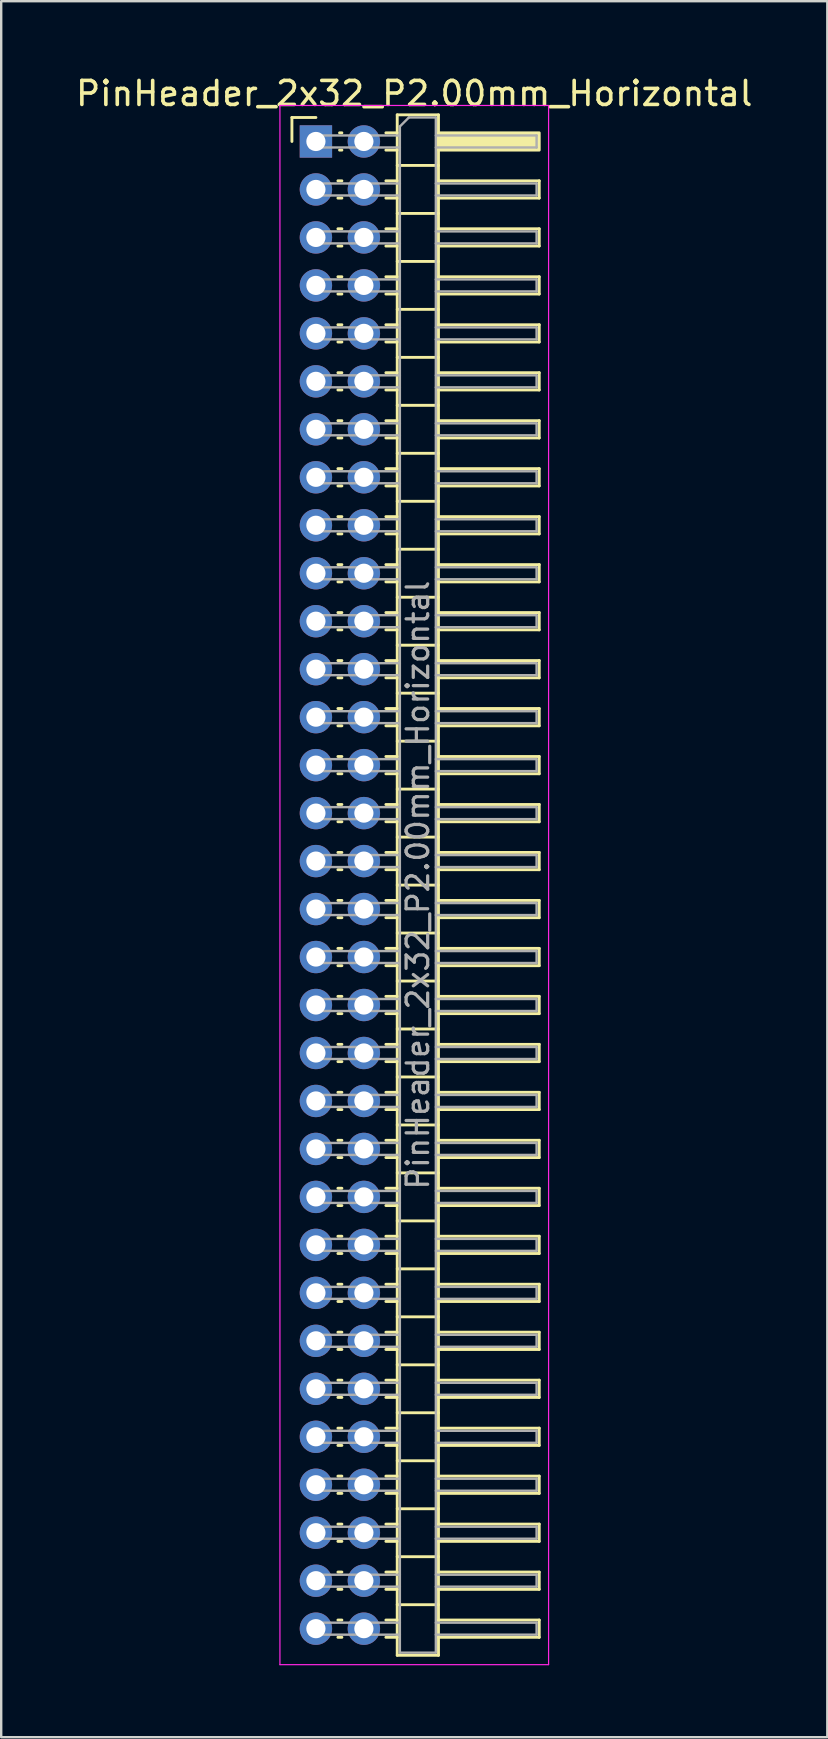
<source format=kicad_pcb>
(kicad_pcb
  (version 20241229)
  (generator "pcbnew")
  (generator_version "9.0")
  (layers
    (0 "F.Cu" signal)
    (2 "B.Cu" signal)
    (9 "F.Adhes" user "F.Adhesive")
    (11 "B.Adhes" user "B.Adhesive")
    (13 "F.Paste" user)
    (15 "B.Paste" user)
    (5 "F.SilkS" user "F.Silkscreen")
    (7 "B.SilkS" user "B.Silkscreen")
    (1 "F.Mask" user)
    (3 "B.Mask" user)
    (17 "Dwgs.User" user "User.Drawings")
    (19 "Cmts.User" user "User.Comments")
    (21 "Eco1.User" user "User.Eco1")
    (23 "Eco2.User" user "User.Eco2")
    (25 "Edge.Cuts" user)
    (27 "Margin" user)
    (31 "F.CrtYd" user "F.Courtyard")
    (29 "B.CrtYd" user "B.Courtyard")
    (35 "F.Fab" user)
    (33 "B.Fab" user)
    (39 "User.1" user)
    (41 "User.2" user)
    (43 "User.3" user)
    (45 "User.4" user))
  (footprint "PinHeader_2x32_P2.00mm_Horizontal"
    (layer "F.Cu")
    (at 10.12 2.848)
    (property "Reference" "PinHeader_2x32_P2.00mm_Horizontal" (at 4.1 -2 0) (layer "F.SilkS") (effects (font (size 1 1) (thickness 0.15))))
    (attr through_hole)
    (fp_line (start -1 -1) (end 0 -1) (stroke (width 0.12) (type solid)) (layer "F.SilkS"))
    (fp_line (start -1 0) (end -1 -1) (stroke (width 0.12) (type solid)) (layer "F.SilkS"))
    (fp_line (start 0.917 1.64) (end 1.083 1.64) (stroke (width 0.12) (type solid)) (layer "F.SilkS"))
    (fp_line (start 0.917 2.36) (end 1.083 2.36) (stroke (width 0.12) (type solid)) (layer "F.SilkS"))
    (fp_line (start 0.917 3.64) (end 1.083 3.64) (stroke (width 0.12) (type solid)) (layer "F.SilkS"))
    (fp_line (start 0.917 4.36) (end 1.083 4.36) (stroke (width 0.12) (type solid)) (layer "F.SilkS"))
    (fp_line (start 0.917 5.64) (end 1.083 5.64) (stroke (width 0.12) (type solid)) (layer "F.SilkS"))
    (fp_line (start 0.917 6.36) (end 1.083 6.36) (stroke (width 0.12) (type solid)) (layer "F.SilkS"))
    (fp_line (start 0.917 7.64) (end 1.083 7.64) (stroke (width 0.12) (type solid)) (layer "F.SilkS"))
    (fp_line (start 0.917 8.36) (end 1.083 8.36) (stroke (width 0.12) (type solid)) (layer "F.SilkS"))
    (fp_line (start 0.917 9.64) (end 1.083 9.64) (stroke (width 0.12) (type solid)) (layer "F.SilkS"))
    (fp_line (start 0.917 10.36) (end 1.083 10.36) (stroke (width 0.12) (type solid)) (layer "F.SilkS"))
    (fp_line (start 0.917 11.64) (end 1.083 11.64) (stroke (width 0.12) (type solid)) (layer "F.SilkS"))
    (fp_line (start 0.917 12.36) (end 1.083 12.36) (stroke (width 0.12) (type solid)) (layer "F.SilkS"))
    (fp_line (start 0.917 13.64) (end 1.083 13.64) (stroke (width 0.12) (type solid)) (layer "F.SilkS"))
    (fp_line (start 0.917 14.36) (end 1.083 14.36) (stroke (width 0.12) (type solid)) (layer "F.SilkS"))
    (fp_line (start 0.917 15.64) (end 1.083 15.64) (stroke (width 0.12) (type solid)) (layer "F.SilkS"))
    (fp_line (start 0.917 16.36) (end 1.083 16.36) (stroke (width 0.12) (type solid)) (layer "F.SilkS"))
    (fp_line (start 0.917 17.64) (end 1.083 17.64) (stroke (width 0.12) (type solid)) (layer "F.SilkS"))
    (fp_line (start 0.917 18.36) (end 1.083 18.36) (stroke (width 0.12) (type solid)) (layer "F.SilkS"))
    (fp_line (start 0.917 19.64) (end 1.083 19.64) (stroke (width 0.12) (type solid)) (layer "F.SilkS"))
    (fp_line (start 0.917 20.36) (end 1.083 20.36) (stroke (width 0.12) (type solid)) (layer "F.SilkS"))
    (fp_line (start 0.917 21.64) (end 1.083 21.64) (stroke (width 0.12) (type solid)) (layer "F.SilkS"))
    (fp_line (start 0.917 22.36) (end 1.083 22.36) (stroke (width 0.12) (type solid)) (layer "F.SilkS"))
    (fp_line (start 0.917 23.64) (end 1.083 23.64) (stroke (width 0.12) (type solid)) (layer "F.SilkS"))
    (fp_line (start 0.917 24.36) (end 1.083 24.36) (stroke (width 0.12) (type solid)) (layer "F.SilkS"))
    (fp_line (start 0.917 25.64) (end 1.083 25.64) (stroke (width 0.12) (type solid)) (layer "F.SilkS"))
    (fp_line (start 0.917 26.36) (end 1.083 26.36) (stroke (width 0.12) (type solid)) (layer "F.SilkS"))
    (fp_line (start 0.917 27.64) (end 1.083 27.64) (stroke (width 0.12) (type solid)) (layer "F.SilkS"))
    (fp_line (start 0.917 28.36) (end 1.083 28.36) (stroke (width 0.12) (type solid)) (layer "F.SilkS"))
    (fp_line (start 0.917 29.64) (end 1.083 29.64) (stroke (width 0.12) (type solid)) (layer "F.SilkS"))
    (fp_line (start 0.917 30.36) (end 1.083 30.36) (stroke (width 0.12) (type solid)) (layer "F.SilkS"))
    (fp_line (start 0.917 31.64) (end 1.083 31.64) (stroke (width 0.12) (type solid)) (layer "F.SilkS"))
    (fp_line (start 0.917 32.36) (end 1.083 32.36) (stroke (width 0.12) (type solid)) (layer "F.SilkS"))
    (fp_line (start 0.917 33.64) (end 1.083 33.64) (stroke (width 0.12) (type solid)) (layer "F.SilkS"))
    (fp_line (start 0.917 34.36) (end 1.083 34.36) (stroke (width 0.12) (type solid)) (layer "F.SilkS"))
    (fp_line (start 0.917 35.64) (end 1.083 35.64) (stroke (width 0.12) (type solid)) (layer "F.SilkS"))
    (fp_line (start 0.917 36.36) (end 1.083 36.36) (stroke (width 0.12) (type solid)) (layer "F.SilkS"))
    (fp_line (start 0.917 37.64) (end 1.083 37.64) (stroke (width 0.12) (type solid)) (layer "F.SilkS"))
    (fp_line (start 0.917 38.36) (end 1.083 38.36) (stroke (width 0.12) (type solid)) (layer "F.SilkS"))
    (fp_line (start 0.917 39.64) (end 1.083 39.64) (stroke (width 0.12) (type solid)) (layer "F.SilkS"))
    (fp_line (start 0.917 40.36) (end 1.083 40.36) (stroke (width 0.12) (type solid)) (layer "F.SilkS"))
    (fp_line (start 0.917 41.64) (end 1.083 41.64) (stroke (width 0.12) (type solid)) (layer "F.SilkS"))
    (fp_line (start 0.917 42.36) (end 1.083 42.36) (stroke (width 0.12) (type solid)) (layer "F.SilkS"))
    (fp_line (start 0.917 43.64) (end 1.083 43.64) (stroke (width 0.12) (type solid)) (layer "F.SilkS"))
    (fp_line (start 0.917 44.36) (end 1.083 44.36) (stroke (width 0.12) (type solid)) (layer "F.SilkS"))
    (fp_line (start 0.917 45.64) (end 1.083 45.64) (stroke (width 0.12) (type solid)) (layer "F.SilkS"))
    (fp_line (start 0.917 46.36) (end 1.083 46.36) (stroke (width 0.12) (type solid)) (layer "F.SilkS"))
    (fp_line (start 0.917 47.64) (end 1.083 47.64) (stroke (width 0.12) (type solid)) (layer "F.SilkS"))
    (fp_line (start 0.917 48.36) (end 1.083 48.36) (stroke (width 0.12) (type solid)) (layer "F.SilkS"))
    (fp_line (start 0.917 49.64) (end 1.083 49.64) (stroke (width 0.12) (type solid)) (layer "F.SilkS"))
    (fp_line (start 0.917 50.36) (end 1.083 50.36) (stroke (width 0.12) (type solid)) (layer "F.SilkS"))
    (fp_line (start 0.917 51.64) (end 1.083 51.64) (stroke (width 0.12) (type solid)) (layer "F.SilkS"))
    (fp_line (start 0.917 52.36) (end 1.083 52.36) (stroke (width 0.12) (type solid)) (layer "F.SilkS"))
    (fp_line (start 0.917 53.64) (end 1.083 53.64) (stroke (width 0.12) (type solid)) (layer "F.SilkS"))
    (fp_line (start 0.917 54.36) (end 1.083 54.36) (stroke (width 0.12) (type solid)) (layer "F.SilkS"))
    (fp_line (start 0.917 55.64) (end 1.083 55.64) (stroke (width 0.12) (type solid)) (layer "F.SilkS"))
    (fp_line (start 0.917 56.36) (end 1.083 56.36) (stroke (width 0.12) (type solid)) (layer "F.SilkS"))
    (fp_line (start 0.917 57.64) (end 1.083 57.64) (stroke (width 0.12) (type solid)) (layer "F.SilkS"))
    (fp_line (start 0.917 58.36) (end 1.083 58.36) (stroke (width 0.12) (type solid)) (layer "F.SilkS"))
    (fp_line (start 0.917 59.64) (end 1.083 59.64) (stroke (width 0.12) (type solid)) (layer "F.SilkS"))
    (fp_line (start 0.917 60.36) (end 1.083 60.36) (stroke (width 0.12) (type solid)) (layer "F.SilkS"))
    (fp_line (start 0.917 61.64) (end 1.083 61.64) (stroke (width 0.12) (type solid)) (layer "F.SilkS"))
    (fp_line (start 0.917 62.36) (end 1.083 62.36) (stroke (width 0.12) (type solid)) (layer "F.SilkS"))
    (fp_line (start 0.985 -0.36) (end 1.083 -0.36) (stroke (width 0.12) (type solid)) (layer "F.SilkS"))
    (fp_line (start 0.985 0.36) (end 1.083 0.36) (stroke (width 0.12) (type solid)) (layer "F.SilkS"))
    (fp_line (start 2.917 -0.36) (end 3.39 -0.36) (stroke (width 0.12) (type solid)) (layer "F.SilkS"))
    (fp_line (start 2.917 0.36) (end 3.39 0.36) (stroke (width 0.12) (type solid)) (layer "F.SilkS"))
    (fp_line (start 2.917 1.64) (end 3.39 1.64) (stroke (width 0.12) (type solid)) (layer "F.SilkS"))
    (fp_line (start 2.917 2.36) (end 3.39 2.36) (stroke (width 0.12) (type solid)) (layer "F.SilkS"))
    (fp_line (start 2.917 3.64) (end 3.39 3.64) (stroke (width 0.12) (type solid)) (layer "F.SilkS"))
    (fp_line (start 2.917 4.36) (end 3.39 4.36) (stroke (width 0.12) (type solid)) (layer "F.SilkS"))
    (fp_line (start 2.917 5.64) (end 3.39 5.64) (stroke (width 0.12) (type solid)) (layer "F.SilkS"))
    (fp_line (start 2.917 6.36) (end 3.39 6.36) (stroke (width 0.12) (type solid)) (layer "F.SilkS"))
    (fp_line (start 2.917 7.64) (end 3.39 7.64) (stroke (width 0.12) (type solid)) (layer "F.SilkS"))
    (fp_line (start 2.917 8.36) (end 3.39 8.36) (stroke (width 0.12) (type solid)) (layer "F.SilkS"))
    (fp_line (start 2.917 9.64) (end 3.39 9.64) (stroke (width 0.12) (type solid)) (layer "F.SilkS"))
    (fp_line (start 2.917 10.36) (end 3.39 10.36) (stroke (width 0.12) (type solid)) (layer "F.SilkS"))
    (fp_line (start 2.917 11.64) (end 3.39 11.64) (stroke (width 0.12) (type solid)) (layer "F.SilkS"))
    (fp_line (start 2.917 12.36) (end 3.39 12.36) (stroke (width 0.12) (type solid)) (layer "F.SilkS"))
    (fp_line (start 2.917 13.64) (end 3.39 13.64) (stroke (width 0.12) (type solid)) (layer "F.SilkS"))
    (fp_line (start 2.917 14.36) (end 3.39 14.36) (stroke (width 0.12) (type solid)) (layer "F.SilkS"))
    (fp_line (start 2.917 15.64) (end 3.39 15.64) (stroke (width 0.12) (type solid)) (layer "F.SilkS"))
    (fp_line (start 2.917 16.36) (end 3.39 16.36) (stroke (width 0.12) (type solid)) (layer "F.SilkS"))
    (fp_line (start 2.917 17.64) (end 3.39 17.64) (stroke (width 0.12) (type solid)) (layer "F.SilkS"))
    (fp_line (start 2.917 18.36) (end 3.39 18.36) (stroke (width 0.12) (type solid)) (layer "F.SilkS"))
    (fp_line (start 2.917 19.64) (end 3.39 19.64) (stroke (width 0.12) (type solid)) (layer "F.SilkS"))
    (fp_line (start 2.917 20.36) (end 3.39 20.36) (stroke (width 0.12) (type solid)) (layer "F.SilkS"))
    (fp_line (start 2.917 21.64) (end 3.39 21.64) (stroke (width 0.12) (type solid)) (layer "F.SilkS"))
    (fp_line (start 2.917 22.36) (end 3.39 22.36) (stroke (width 0.12) (type solid)) (layer "F.SilkS"))
    (fp_line (start 2.917 23.64) (end 3.39 23.64) (stroke (width 0.12) (type solid)) (layer "F.SilkS"))
    (fp_line (start 2.917 24.36) (end 3.39 24.36) (stroke (width 0.12) (type solid)) (layer "F.SilkS"))
    (fp_line (start 2.917 25.64) (end 3.39 25.64) (stroke (width 0.12) (type solid)) (layer "F.SilkS"))
    (fp_line (start 2.917 26.36) (end 3.39 26.36) (stroke (width 0.12) (type solid)) (layer "F.SilkS"))
    (fp_line (start 2.917 27.64) (end 3.39 27.64) (stroke (width 0.12) (type solid)) (layer "F.SilkS"))
    (fp_line (start 2.917 28.36) (end 3.39 28.36) (stroke (width 0.12) (type solid)) (layer "F.SilkS"))
    (fp_line (start 2.917 29.64) (end 3.39 29.64) (stroke (width 0.12) (type solid)) (layer "F.SilkS"))
    (fp_line (start 2.917 30.36) (end 3.39 30.36) (stroke (width 0.12) (type solid)) (layer "F.SilkS"))
    (fp_line (start 2.917 31.64) (end 3.39 31.64) (stroke (width 0.12) (type solid)) (layer "F.SilkS"))
    (fp_line (start 2.917 32.36) (end 3.39 32.36) (stroke (width 0.12) (type solid)) (layer "F.SilkS"))
    (fp_line (start 2.917 33.64) (end 3.39 33.64) (stroke (width 0.12) (type solid)) (layer "F.SilkS"))
    (fp_line (start 2.917 34.36) (end 3.39 34.36) (stroke (width 0.12) (type solid)) (layer "F.SilkS"))
    (fp_line (start 2.917 35.64) (end 3.39 35.64) (stroke (width 0.12) (type solid)) (layer "F.SilkS"))
    (fp_line (start 2.917 36.36) (end 3.39 36.36) (stroke (width 0.12) (type solid)) (layer "F.SilkS"))
    (fp_line (start 2.917 37.64) (end 3.39 37.64) (stroke (width 0.12) (type solid)) (layer "F.SilkS"))
    (fp_line (start 2.917 38.36) (end 3.39 38.36) (stroke (width 0.12) (type solid)) (layer "F.SilkS"))
    (fp_line (start 2.917 39.64) (end 3.39 39.64) (stroke (width 0.12) (type solid)) (layer "F.SilkS"))
    (fp_line (start 2.917 40.36) (end 3.39 40.36) (stroke (width 0.12) (type solid)) (layer "F.SilkS"))
    (fp_line (start 2.917 41.64) (end 3.39 41.64) (stroke (width 0.12) (type solid)) (layer "F.SilkS"))
    (fp_line (start 2.917 42.36) (end 3.39 42.36) (stroke (width 0.12) (type solid)) (layer "F.SilkS"))
    (fp_line (start 2.917 43.64) (end 3.39 43.64) (stroke (width 0.12) (type solid)) (layer "F.SilkS"))
    (fp_line (start 2.917 44.36) (end 3.39 44.36) (stroke (width 0.12) (type solid)) (layer "F.SilkS"))
    (fp_line (start 2.917 45.64) (end 3.39 45.64) (stroke (width 0.12) (type solid)) (layer "F.SilkS"))
    (fp_line (start 2.917 46.36) (end 3.39 46.36) (stroke (width 0.12) (type solid)) (layer "F.SilkS"))
    (fp_line (start 2.917 47.64) (end 3.39 47.64) (stroke (width 0.12) (type solid)) (layer "F.SilkS"))
    (fp_line (start 2.917 48.36) (end 3.39 48.36) (stroke (width 0.12) (type solid)) (layer "F.SilkS"))
    (fp_line (start 2.917 49.64) (end 3.39 49.64) (stroke (width 0.12) (type solid)) (layer "F.SilkS"))
    (fp_line (start 2.917 50.36) (end 3.39 50.36) (stroke (width 0.12) (type solid)) (layer "F.SilkS"))
    (fp_line (start 2.917 51.64) (end 3.39 51.64) (stroke (width 0.12) (type solid)) (layer "F.SilkS"))
    (fp_line (start 2.917 52.36) (end 3.39 52.36) (stroke (width 0.12) (type solid)) (layer "F.SilkS"))
    (fp_line (start 2.917 53.64) (end 3.39 53.64) (stroke (width 0.12) (type solid)) (layer "F.SilkS"))
    (fp_line (start 2.917 54.36) (end 3.39 54.36) (stroke (width 0.12) (type solid)) (layer "F.SilkS"))
    (fp_line (start 2.917 55.64) (end 3.39 55.64) (stroke (width 0.12) (type solid)) (layer "F.SilkS"))
    (fp_line (start 2.917 56.36) (end 3.39 56.36) (stroke (width 0.12) (type solid)) (layer "F.SilkS"))
    (fp_line (start 2.917 57.64) (end 3.39 57.64) (stroke (width 0.12) (type solid)) (layer "F.SilkS"))
    (fp_line (start 2.917 58.36) (end 3.39 58.36) (stroke (width 0.12) (type solid)) (layer "F.SilkS"))
    (fp_line (start 2.917 59.64) (end 3.39 59.64) (stroke (width 0.12) (type solid)) (layer "F.SilkS"))
    (fp_line (start 2.917 60.36) (end 3.39 60.36) (stroke (width 0.12) (type solid)) (layer "F.SilkS"))
    (fp_line (start 2.917 61.64) (end 3.39 61.64) (stroke (width 0.12) (type solid)) (layer "F.SilkS"))
    (fp_line (start 2.917 62.36) (end 3.39 62.36) (stroke (width 0.12) (type solid)) (layer "F.SilkS"))
    (fp_line (start 3.39 -1.11) (end 3.39 63.11) (stroke (width 0.12) (type solid)) (layer "F.SilkS"))
    (fp_line (start 3.39 1) (end 5.11 1) (stroke (width 0.12) (type solid)) (layer "F.SilkS"))
    (fp_line (start 3.39 3) (end 5.11 3) (stroke (width 0.12) (type solid)) (layer "F.SilkS"))
    (fp_line (start 3.39 5) (end 5.11 5) (stroke (width 0.12) (type solid)) (layer "F.SilkS"))
    (fp_line (start 3.39 7) (end 5.11 7) (stroke (width 0.12) (type solid)) (layer "F.SilkS"))
    (fp_line (start 3.39 9) (end 5.11 9) (stroke (width 0.12) (type solid)) (layer "F.SilkS"))
    (fp_line (start 3.39 11) (end 5.11 11) (stroke (width 0.12) (type solid)) (layer "F.SilkS"))
    (fp_line (start 3.39 13) (end 5.11 13) (stroke (width 0.12) (type solid)) (layer "F.SilkS"))
    (fp_line (start 3.39 15) (end 5.11 15) (stroke (width 0.12) (type solid)) (layer "F.SilkS"))
    (fp_line (start 3.39 17) (end 5.11 17) (stroke (width 0.12) (type solid)) (layer "F.SilkS"))
    (fp_line (start 3.39 19) (end 5.11 19) (stroke (width 0.12) (type solid)) (layer "F.SilkS"))
    (fp_line (start 3.39 21) (end 5.11 21) (stroke (width 0.12) (type solid)) (layer "F.SilkS"))
    (fp_line (start 3.39 23) (end 5.11 23) (stroke (width 0.12) (type solid)) (layer "F.SilkS"))
    (fp_line (start 3.39 25) (end 5.11 25) (stroke (width 0.12) (type solid)) (layer "F.SilkS"))
    (fp_line (start 3.39 27) (end 5.11 27) (stroke (width 0.12) (type solid)) (layer "F.SilkS"))
    (fp_line (start 3.39 29) (end 5.11 29) (stroke (width 0.12) (type solid)) (layer "F.SilkS"))
    (fp_line (start 3.39 31) (end 5.11 31) (stroke (width 0.12) (type solid)) (layer "F.SilkS"))
    (fp_line (start 3.39 33) (end 5.11 33) (stroke (width 0.12) (type solid)) (layer "F.SilkS"))
    (fp_line (start 3.39 35) (end 5.11 35) (stroke (width 0.12) (type solid)) (layer "F.SilkS"))
    (fp_line (start 3.39 37) (end 5.11 37) (stroke (width 0.12) (type solid)) (layer "F.SilkS"))
    (fp_line (start 3.39 39) (end 5.11 39) (stroke (width 0.12) (type solid)) (layer "F.SilkS"))
    (fp_line (start 3.39 41) (end 5.11 41) (stroke (width 0.12) (type solid)) (layer "F.SilkS"))
    (fp_line (start 3.39 43) (end 5.11 43) (stroke (width 0.12) (type solid)) (layer "F.SilkS"))
    (fp_line (start 3.39 45) (end 5.11 45) (stroke (width 0.12) (type solid)) (layer "F.SilkS"))
    (fp_line (start 3.39 47) (end 5.11 47) (stroke (width 0.12) (type solid)) (layer "F.SilkS"))
    (fp_line (start 3.39 49) (end 5.11 49) (stroke (width 0.12) (type solid)) (layer "F.SilkS"))
    (fp_line (start 3.39 51) (end 5.11 51) (stroke (width 0.12) (type solid)) (layer "F.SilkS"))
    (fp_line (start 3.39 53) (end 5.11 53) (stroke (width 0.12) (type solid)) (layer "F.SilkS"))
    (fp_line (start 3.39 55) (end 5.11 55) (stroke (width 0.12) (type solid)) (layer "F.SilkS"))
    (fp_line (start 3.39 57) (end 5.11 57) (stroke (width 0.12) (type solid)) (layer "F.SilkS"))
    (fp_line (start 3.39 59) (end 5.11 59) (stroke (width 0.12) (type solid)) (layer "F.SilkS"))
    (fp_line (start 3.39 61) (end 5.11 61) (stroke (width 0.12) (type solid)) (layer "F.SilkS"))
    (fp_line (start 3.39 63.11) (end 5.11 63.11) (stroke (width 0.12) (type solid)) (layer "F.SilkS"))
    (fp_line (start 5.11 -1.11) (end 3.39 -1.11) (stroke (width 0.12) (type solid)) (layer "F.SilkS"))
    (fp_line (start 5.11 1.64) (end 9.31 1.64) (stroke (width 0.12) (type solid)) (layer "F.SilkS"))
    (fp_line (start 5.11 3.64) (end 9.31 3.64) (stroke (width 0.12) (type solid)) (layer "F.SilkS"))
    (fp_line (start 5.11 5.64) (end 9.31 5.64) (stroke (width 0.12) (type solid)) (layer "F.SilkS"))
    (fp_line (start 5.11 7.64) (end 9.31 7.64) (stroke (width 0.12) (type solid)) (layer "F.SilkS"))
    (fp_line (start 5.11 9.64) (end 9.31 9.64) (stroke (width 0.12) (type solid)) (layer "F.SilkS"))
    (fp_line (start 5.11 11.64) (end 9.31 11.64) (stroke (width 0.12) (type solid)) (layer "F.SilkS"))
    (fp_line (start 5.11 13.64) (end 9.31 13.64) (stroke (width 0.12) (type solid)) (layer "F.SilkS"))
    (fp_line (start 5.11 15.64) (end 9.31 15.64) (stroke (width 0.12) (type solid)) (layer "F.SilkS"))
    (fp_line (start 5.11 17.64) (end 9.31 17.64) (stroke (width 0.12) (type solid)) (layer "F.SilkS"))
    (fp_line (start 5.11 19.64) (end 9.31 19.64) (stroke (width 0.12) (type solid)) (layer "F.SilkS"))
    (fp_line (start 5.11 21.64) (end 9.31 21.64) (stroke (width 0.12) (type solid)) (layer "F.SilkS"))
    (fp_line (start 5.11 23.64) (end 9.31 23.64) (stroke (width 0.12) (type solid)) (layer "F.SilkS"))
    (fp_line (start 5.11 25.64) (end 9.31 25.64) (stroke (width 0.12) (type solid)) (layer "F.SilkS"))
    (fp_line (start 5.11 27.64) (end 9.31 27.64) (stroke (width 0.12) (type solid)) (layer "F.SilkS"))
    (fp_line (start 5.11 29.64) (end 9.31 29.64) (stroke (width 0.12) (type solid)) (layer "F.SilkS"))
    (fp_line (start 5.11 31.64) (end 9.31 31.64) (stroke (width 0.12) (type solid)) (layer "F.SilkS"))
    (fp_line (start 5.11 33.64) (end 9.31 33.64) (stroke (width 0.12) (type solid)) (layer "F.SilkS"))
    (fp_line (start 5.11 35.64) (end 9.31 35.64) (stroke (width 0.12) (type solid)) (layer "F.SilkS"))
    (fp_line (start 5.11 37.64) (end 9.31 37.64) (stroke (width 0.12) (type solid)) (layer "F.SilkS"))
    (fp_line (start 5.11 39.64) (end 9.31 39.64) (stroke (width 0.12) (type solid)) (layer "F.SilkS"))
    (fp_line (start 5.11 41.64) (end 9.31 41.64) (stroke (width 0.12) (type solid)) (layer "F.SilkS"))
    (fp_line (start 5.11 43.64) (end 9.31 43.64) (stroke (width 0.12) (type solid)) (layer "F.SilkS"))
    (fp_line (start 5.11 45.64) (end 9.31 45.64) (stroke (width 0.12) (type solid)) (layer "F.SilkS"))
    (fp_line (start 5.11 47.64) (end 9.31 47.64) (stroke (width 0.12) (type solid)) (layer "F.SilkS"))
    (fp_line (start 5.11 49.64) (end 9.31 49.64) (stroke (width 0.12) (type solid)) (layer "F.SilkS"))
    (fp_line (start 5.11 51.64) (end 9.31 51.64) (stroke (width 0.12) (type solid)) (layer "F.SilkS"))
    (fp_line (start 5.11 53.64) (end 9.31 53.64) (stroke (width 0.12) (type solid)) (layer "F.SilkS"))
    (fp_line (start 5.11 55.64) (end 9.31 55.64) (stroke (width 0.12) (type solid)) (layer "F.SilkS"))
    (fp_line (start 5.11 57.64) (end 9.31 57.64) (stroke (width 0.12) (type solid)) (layer "F.SilkS"))
    (fp_line (start 5.11 59.64) (end 9.31 59.64) (stroke (width 0.12) (type solid)) (layer "F.SilkS"))
    (fp_line (start 5.11 61.64) (end 9.31 61.64) (stroke (width 0.12) (type solid)) (layer "F.SilkS"))
    (fp_line (start 5.11 63.11) (end 5.11 -1.11) (stroke (width 0.12) (type solid)) (layer "F.SilkS"))
    (fp_line (start 9.31 1.64) (end 9.31 2.36) (stroke (width 0.12) (type solid)) (layer "F.SilkS"))
    (fp_line (start 9.31 2.36) (end 5.11 2.36) (stroke (width 0.12) (type solid)) (layer "F.SilkS"))
    (fp_line (start 9.31 3.64) (end 9.31 4.36) (stroke (width 0.12) (type solid)) (layer "F.SilkS"))
    (fp_line (start 9.31 4.36) (end 5.11 4.36) (stroke (width 0.12) (type solid)) (layer "F.SilkS"))
    (fp_line (start 9.31 5.64) (end 9.31 6.36) (stroke (width 0.12) (type solid)) (layer "F.SilkS"))
    (fp_line (start 9.31 6.36) (end 5.11 6.36) (stroke (width 0.12) (type solid)) (layer "F.SilkS"))
    (fp_line (start 9.31 7.64) (end 9.31 8.36) (stroke (width 0.12) (type solid)) (layer "F.SilkS"))
    (fp_line (start 9.31 8.36) (end 5.11 8.36) (stroke (width 0.12) (type solid)) (layer "F.SilkS"))
    (fp_line (start 9.31 9.64) (end 9.31 10.36) (stroke (width 0.12) (type solid)) (layer "F.SilkS"))
    (fp_line (start 9.31 10.36) (end 5.11 10.36) (stroke (width 0.12) (type solid)) (layer "F.SilkS"))
    (fp_line (start 9.31 11.64) (end 9.31 12.36) (stroke (width 0.12) (type solid)) (layer "F.SilkS"))
    (fp_line (start 9.31 12.36) (end 5.11 12.36) (stroke (width 0.12) (type solid)) (layer "F.SilkS"))
    (fp_line (start 9.31 13.64) (end 9.31 14.36) (stroke (width 0.12) (type solid)) (layer "F.SilkS"))
    (fp_line (start 9.31 14.36) (end 5.11 14.36) (stroke (width 0.12) (type solid)) (layer "F.SilkS"))
    (fp_line (start 9.31 15.64) (end 9.31 16.36) (stroke (width 0.12) (type solid)) (layer "F.SilkS"))
    (fp_line (start 9.31 16.36) (end 5.11 16.36) (stroke (width 0.12) (type solid)) (layer "F.SilkS"))
    (fp_line (start 9.31 17.64) (end 9.31 18.36) (stroke (width 0.12) (type solid)) (layer "F.SilkS"))
    (fp_line (start 9.31 18.36) (end 5.11 18.36) (stroke (width 0.12) (type solid)) (layer "F.SilkS"))
    (fp_line (start 9.31 19.64) (end 9.31 20.36) (stroke (width 0.12) (type solid)) (layer "F.SilkS"))
    (fp_line (start 9.31 20.36) (end 5.11 20.36) (stroke (width 0.12) (type solid)) (layer "F.SilkS"))
    (fp_line (start 9.31 21.64) (end 9.31 22.36) (stroke (width 0.12) (type solid)) (layer "F.SilkS"))
    (fp_line (start 9.31 22.36) (end 5.11 22.36) (stroke (width 0.12) (type solid)) (layer "F.SilkS"))
    (fp_line (start 9.31 23.64) (end 9.31 24.36) (stroke (width 0.12) (type solid)) (layer "F.SilkS"))
    (fp_line (start 9.31 24.36) (end 5.11 24.36) (stroke (width 0.12) (type solid)) (layer "F.SilkS"))
    (fp_line (start 9.31 25.64) (end 9.31 26.36) (stroke (width 0.12) (type solid)) (layer "F.SilkS"))
    (fp_line (start 9.31 26.36) (end 5.11 26.36) (stroke (width 0.12) (type solid)) (layer "F.SilkS"))
    (fp_line (start 9.31 27.64) (end 9.31 28.36) (stroke (width 0.12) (type solid)) (layer "F.SilkS"))
    (fp_line (start 9.31 28.36) (end 5.11 28.36) (stroke (width 0.12) (type solid)) (layer "F.SilkS"))
    (fp_line (start 9.31 29.64) (end 9.31 30.36) (stroke (width 0.12) (type solid)) (layer "F.SilkS"))
    (fp_line (start 9.31 30.36) (end 5.11 30.36) (stroke (width 0.12) (type solid)) (layer "F.SilkS"))
    (fp_line (start 9.31 31.64) (end 9.31 32.36) (stroke (width 0.12) (type solid)) (layer "F.SilkS"))
    (fp_line (start 9.31 32.36) (end 5.11 32.36) (stroke (width 0.12) (type solid)) (layer "F.SilkS"))
    (fp_line (start 9.31 33.64) (end 9.31 34.36) (stroke (width 0.12) (type solid)) (layer "F.SilkS"))
    (fp_line (start 9.31 34.36) (end 5.11 34.36) (stroke (width 0.12) (type solid)) (layer "F.SilkS"))
    (fp_line (start 9.31 35.64) (end 9.31 36.36) (stroke (width 0.12) (type solid)) (layer "F.SilkS"))
    (fp_line (start 9.31 36.36) (end 5.11 36.36) (stroke (width 0.12) (type solid)) (layer "F.SilkS"))
    (fp_line (start 9.31 37.64) (end 9.31 38.36) (stroke (width 0.12) (type solid)) (layer "F.SilkS"))
    (fp_line (start 9.31 38.36) (end 5.11 38.36) (stroke (width 0.12) (type solid)) (layer "F.SilkS"))
    (fp_line (start 9.31 39.64) (end 9.31 40.36) (stroke (width 0.12) (type solid)) (layer "F.SilkS"))
    (fp_line (start 9.31 40.36) (end 5.11 40.36) (stroke (width 0.12) (type solid)) (layer "F.SilkS"))
    (fp_line (start 9.31 41.64) (end 9.31 42.36) (stroke (width 0.12) (type solid)) (layer "F.SilkS"))
    (fp_line (start 9.31 42.36) (end 5.11 42.36) (stroke (width 0.12) (type solid)) (layer "F.SilkS"))
    (fp_line (start 9.31 43.64) (end 9.31 44.36) (stroke (width 0.12) (type solid)) (layer "F.SilkS"))
    (fp_line (start 9.31 44.36) (end 5.11 44.36) (stroke (width 0.12) (type solid)) (layer "F.SilkS"))
    (fp_line (start 9.31 45.64) (end 9.31 46.36) (stroke (width 0.12) (type solid)) (layer "F.SilkS"))
    (fp_line (start 9.31 46.36) (end 5.11 46.36) (stroke (width 0.12) (type solid)) (layer "F.SilkS"))
    (fp_line (start 9.31 47.64) (end 9.31 48.36) (stroke (width 0.12) (type solid)) (layer "F.SilkS"))
    (fp_line (start 9.31 48.36) (end 5.11 48.36) (stroke (width 0.12) (type solid)) (layer "F.SilkS"))
    (fp_line (start 9.31 49.64) (end 9.31 50.36) (stroke (width 0.12) (type solid)) (layer "F.SilkS"))
    (fp_line (start 9.31 50.36) (end 5.11 50.36) (stroke (width 0.12) (type solid)) (layer "F.SilkS"))
    (fp_line (start 9.31 51.64) (end 9.31 52.36) (stroke (width 0.12) (type solid)) (layer "F.SilkS"))
    (fp_line (start 9.31 52.36) (end 5.11 52.36) (stroke (width 0.12) (type solid)) (layer "F.SilkS"))
    (fp_line (start 9.31 53.64) (end 9.31 54.36) (stroke (width 0.12) (type solid)) (layer "F.SilkS"))
    (fp_line (start 9.31 54.36) (end 5.11 54.36) (stroke (width 0.12) (type solid)) (layer "F.SilkS"))
    (fp_line (start 9.31 55.64) (end 9.31 56.36) (stroke (width 0.12) (type solid)) (layer "F.SilkS"))
    (fp_line (start 9.31 56.36) (end 5.11 56.36) (stroke (width 0.12) (type solid)) (layer "F.SilkS"))
    (fp_line (start 9.31 57.64) (end 9.31 58.36) (stroke (width 0.12) (type solid)) (layer "F.SilkS"))
    (fp_line (start 9.31 58.36) (end 5.11 58.36) (stroke (width 0.12) (type solid)) (layer "F.SilkS"))
    (fp_line (start 9.31 59.64) (end 9.31 60.36) (stroke (width 0.12) (type solid)) (layer "F.SilkS"))
    (fp_line (start 9.31 60.36) (end 5.11 60.36) (stroke (width 0.12) (type solid)) (layer "F.SilkS"))
    (fp_line (start 9.31 61.64) (end 9.31 62.36) (stroke (width 0.12) (type solid)) (layer "F.SilkS"))
    (fp_line (start 9.31 62.36) (end 5.11 62.36) (stroke (width 0.12) (type solid)) (layer "F.SilkS"))
    (fp_rect (start 5.11 -0.36) (end 9.31 0.36) (stroke (width 0.12) (type solid)) (fill yes) (layer "F.SilkS"))
    (fp_line (start -1.5 -1.5) (end -1.5 63.5) (stroke (width 0.05) (type solid)) (layer "F.CrtYd"))
    (fp_line (start -1.5 63.5) (end 9.7 63.5) (stroke (width 0.05) (type solid)) (layer "F.CrtYd"))
    (fp_line (start 9.7 -1.5) (end -1.5 -1.5) (stroke (width 0.05) (type solid)) (layer "F.CrtYd"))
    (fp_line (start 9.7 63.5) (end 9.7 -1.5) (stroke (width 0.05) (type solid)) (layer "F.CrtYd"))
    (fp_line (start -0.25 -0.25) (end -0.25 0.25) (stroke (width 0.1) (type solid)) (layer "F.Fab"))
    (fp_line (start -0.25 -0.25) (end 3.5 -0.25) (stroke (width 0.1) (type solid)) (layer "F.Fab"))
    (fp_line (start -0.25 0.25) (end 3.5 0.25) (stroke (width 0.1) (type solid)) (layer "F.Fab"))
    (fp_line (start -0.25 1.75) (end -0.25 2.25) (stroke (width 0.1) (type solid)) (layer "F.Fab"))
    (fp_line (start -0.25 1.75) (end 3.5 1.75) (stroke (width 0.1) (type solid)) (layer "F.Fab"))
    (fp_line (start -0.25 2.25) (end 3.5 2.25) (stroke (width 0.1) (type solid)) (layer "F.Fab"))
    (fp_line (start -0.25 3.75) (end -0.25 4.25) (stroke (width 0.1) (type solid)) (layer "F.Fab"))
    (fp_line (start -0.25 3.75) (end 3.5 3.75) (stroke (width 0.1) (type solid)) (layer "F.Fab"))
    (fp_line (start -0.25 4.25) (end 3.5 4.25) (stroke (width 0.1) (type solid)) (layer "F.Fab"))
    (fp_line (start -0.25 5.75) (end -0.25 6.25) (stroke (width 0.1) (type solid)) (layer "F.Fab"))
    (fp_line (start -0.25 5.75) (end 3.5 5.75) (stroke (width 0.1) (type solid)) (layer "F.Fab"))
    (fp_line (start -0.25 6.25) (end 3.5 6.25) (stroke (width 0.1) (type solid)) (layer "F.Fab"))
    (fp_line (start -0.25 7.75) (end -0.25 8.25) (stroke (width 0.1) (type solid)) (layer "F.Fab"))
    (fp_line (start -0.25 7.75) (end 3.5 7.75) (stroke (width 0.1) (type solid)) (layer "F.Fab"))
    (fp_line (start -0.25 8.25) (end 3.5 8.25) (stroke (width 0.1) (type solid)) (layer "F.Fab"))
    (fp_line (start -0.25 9.75) (end -0.25 10.25) (stroke (width 0.1) (type solid)) (layer "F.Fab"))
    (fp_line (start -0.25 9.75) (end 3.5 9.75) (stroke (width 0.1) (type solid)) (layer "F.Fab"))
    (fp_line (start -0.25 10.25) (end 3.5 10.25) (stroke (width 0.1) (type solid)) (layer "F.Fab"))
    (fp_line (start -0.25 11.75) (end -0.25 12.25) (stroke (width 0.1) (type solid)) (layer "F.Fab"))
    (fp_line (start -0.25 11.75) (end 3.5 11.75) (stroke (width 0.1) (type solid)) (layer "F.Fab"))
    (fp_line (start -0.25 12.25) (end 3.5 12.25) (stroke (width 0.1) (type solid)) (layer "F.Fab"))
    (fp_line (start -0.25 13.75) (end -0.25 14.25) (stroke (width 0.1) (type solid)) (layer "F.Fab"))
    (fp_line (start -0.25 13.75) (end 3.5 13.75) (stroke (width 0.1) (type solid)) (layer "F.Fab"))
    (fp_line (start -0.25 14.25) (end 3.5 14.25) (stroke (width 0.1) (type solid)) (layer "F.Fab"))
    (fp_line (start -0.25 15.75) (end -0.25 16.25) (stroke (width 0.1) (type solid)) (layer "F.Fab"))
    (fp_line (start -0.25 15.75) (end 3.5 15.75) (stroke (width 0.1) (type solid)) (layer "F.Fab"))
    (fp_line (start -0.25 16.25) (end 3.5 16.25) (stroke (width 0.1) (type solid)) (layer "F.Fab"))
    (fp_line (start -0.25 17.75) (end -0.25 18.25) (stroke (width 0.1) (type solid)) (layer "F.Fab"))
    (fp_line (start -0.25 17.75) (end 3.5 17.75) (stroke (width 0.1) (type solid)) (layer "F.Fab"))
    (fp_line (start -0.25 18.25) (end 3.5 18.25) (stroke (width 0.1) (type solid)) (layer "F.Fab"))
    (fp_line (start -0.25 19.75) (end -0.25 20.25) (stroke (width 0.1) (type solid)) (layer "F.Fab"))
    (fp_line (start -0.25 19.75) (end 3.5 19.75) (stroke (width 0.1) (type solid)) (layer "F.Fab"))
    (fp_line (start -0.25 20.25) (end 3.5 20.25) (stroke (width 0.1) (type solid)) (layer "F.Fab"))
    (fp_line (start -0.25 21.75) (end -0.25 22.25) (stroke (width 0.1) (type solid)) (layer "F.Fab"))
    (fp_line (start -0.25 21.75) (end 3.5 21.75) (stroke (width 0.1) (type solid)) (layer "F.Fab"))
    (fp_line (start -0.25 22.25) (end 3.5 22.25) (stroke (width 0.1) (type solid)) (layer "F.Fab"))
    (fp_line (start -0.25 23.75) (end -0.25 24.25) (stroke (width 0.1) (type solid)) (layer "F.Fab"))
    (fp_line (start -0.25 23.75) (end 3.5 23.75) (stroke (width 0.1) (type solid)) (layer "F.Fab"))
    (fp_line (start -0.25 24.25) (end 3.5 24.25) (stroke (width 0.1) (type solid)) (layer "F.Fab"))
    (fp_line (start -0.25 25.75) (end -0.25 26.25) (stroke (width 0.1) (type solid)) (layer "F.Fab"))
    (fp_line (start -0.25 25.75) (end 3.5 25.75) (stroke (width 0.1) (type solid)) (layer "F.Fab"))
    (fp_line (start -0.25 26.25) (end 3.5 26.25) (stroke (width 0.1) (type solid)) (layer "F.Fab"))
    (fp_line (start -0.25 27.75) (end -0.25 28.25) (stroke (width 0.1) (type solid)) (layer "F.Fab"))
    (fp_line (start -0.25 27.75) (end 3.5 27.75) (stroke (width 0.1) (type solid)) (layer "F.Fab"))
    (fp_line (start -0.25 28.25) (end 3.5 28.25) (stroke (width 0.1) (type solid)) (layer "F.Fab"))
    (fp_line (start -0.25 29.75) (end -0.25 30.25) (stroke (width 0.1) (type solid)) (layer "F.Fab"))
    (fp_line (start -0.25 29.75) (end 3.5 29.75) (stroke (width 0.1) (type solid)) (layer "F.Fab"))
    (fp_line (start -0.25 30.25) (end 3.5 30.25) (stroke (width 0.1) (type solid)) (layer "F.Fab"))
    (fp_line (start -0.25 31.75) (end -0.25 32.25) (stroke (width 0.1) (type solid)) (layer "F.Fab"))
    (fp_line (start -0.25 31.75) (end 3.5 31.75) (stroke (width 0.1) (type solid)) (layer "F.Fab"))
    (fp_line (start -0.25 32.25) (end 3.5 32.25) (stroke (width 0.1) (type solid)) (layer "F.Fab"))
    (fp_line (start -0.25 33.75) (end -0.25 34.25) (stroke (width 0.1) (type solid)) (layer "F.Fab"))
    (fp_line (start -0.25 33.75) (end 3.5 33.75) (stroke (width 0.1) (type solid)) (layer "F.Fab"))
    (fp_line (start -0.25 34.25) (end 3.5 34.25) (stroke (width 0.1) (type solid)) (layer "F.Fab"))
    (fp_line (start -0.25 35.75) (end -0.25 36.25) (stroke (width 0.1) (type solid)) (layer "F.Fab"))
    (fp_line (start -0.25 35.75) (end 3.5 35.75) (stroke (width 0.1) (type solid)) (layer "F.Fab"))
    (fp_line (start -0.25 36.25) (end 3.5 36.25) (stroke (width 0.1) (type solid)) (layer "F.Fab"))
    (fp_line (start -0.25 37.75) (end -0.25 38.25) (stroke (width 0.1) (type solid)) (layer "F.Fab"))
    (fp_line (start -0.25 37.75) (end 3.5 37.75) (stroke (width 0.1) (type solid)) (layer "F.Fab"))
    (fp_line (start -0.25 38.25) (end 3.5 38.25) (stroke (width 0.1) (type solid)) (layer "F.Fab"))
    (fp_line (start -0.25 39.75) (end -0.25 40.25) (stroke (width 0.1) (type solid)) (layer "F.Fab"))
    (fp_line (start -0.25 39.75) (end 3.5 39.75) (stroke (width 0.1) (type solid)) (layer "F.Fab"))
    (fp_line (start -0.25 40.25) (end 3.5 40.25) (stroke (width 0.1) (type solid)) (layer "F.Fab"))
    (fp_line (start -0.25 41.75) (end -0.25 42.25) (stroke (width 0.1) (type solid)) (layer "F.Fab"))
    (fp_line (start -0.25 41.75) (end 3.5 41.75) (stroke (width 0.1) (type solid)) (layer "F.Fab"))
    (fp_line (start -0.25 42.25) (end 3.5 42.25) (stroke (width 0.1) (type solid)) (layer "F.Fab"))
    (fp_line (start -0.25 43.75) (end -0.25 44.25) (stroke (width 0.1) (type solid)) (layer "F.Fab"))
    (fp_line (start -0.25 43.75) (end 3.5 43.75) (stroke (width 0.1) (type solid)) (layer "F.Fab"))
    (fp_line (start -0.25 44.25) (end 3.5 44.25) (stroke (width 0.1) (type solid)) (layer "F.Fab"))
    (fp_line (start -0.25 45.75) (end -0.25 46.25) (stroke (width 0.1) (type solid)) (layer "F.Fab"))
    (fp_line (start -0.25 45.75) (end 3.5 45.75) (stroke (width 0.1) (type solid)) (layer "F.Fab"))
    (fp_line (start -0.25 46.25) (end 3.5 46.25) (stroke (width 0.1) (type solid)) (layer "F.Fab"))
    (fp_line (start -0.25 47.75) (end -0.25 48.25) (stroke (width 0.1) (type solid)) (layer "F.Fab"))
    (fp_line (start -0.25 47.75) (end 3.5 47.75) (stroke (width 0.1) (type solid)) (layer "F.Fab"))
    (fp_line (start -0.25 48.25) (end 3.5 48.25) (stroke (width 0.1) (type solid)) (layer "F.Fab"))
    (fp_line (start -0.25 49.75) (end -0.25 50.25) (stroke (width 0.1) (type solid)) (layer "F.Fab"))
    (fp_line (start -0.25 49.75) (end 3.5 49.75) (stroke (width 0.1) (type solid)) (layer "F.Fab"))
    (fp_line (start -0.25 50.25) (end 3.5 50.25) (stroke (width 0.1) (type solid)) (layer "F.Fab"))
    (fp_line (start -0.25 51.75) (end -0.25 52.25) (stroke (width 0.1) (type solid)) (layer "F.Fab"))
    (fp_line (start -0.25 51.75) (end 3.5 51.75) (stroke (width 0.1) (type solid)) (layer "F.Fab"))
    (fp_line (start -0.25 52.25) (end 3.5 52.25) (stroke (width 0.1) (type solid)) (layer "F.Fab"))
    (fp_line (start -0.25 53.75) (end -0.25 54.25) (stroke (width 0.1) (type solid)) (layer "F.Fab"))
    (fp_line (start -0.25 53.75) (end 3.5 53.75) (stroke (width 0.1) (type solid)) (layer "F.Fab"))
    (fp_line (start -0.25 54.25) (end 3.5 54.25) (stroke (width 0.1) (type solid)) (layer "F.Fab"))
    (fp_line (start -0.25 55.75) (end -0.25 56.25) (stroke (width 0.1) (type solid)) (layer "F.Fab"))
    (fp_line (start -0.25 55.75) (end 3.5 55.75) (stroke (width 0.1) (type solid)) (layer "F.Fab"))
    (fp_line (start -0.25 56.25) (end 3.5 56.25) (stroke (width 0.1) (type solid)) (layer "F.Fab"))
    (fp_line (start -0.25 57.75) (end -0.25 58.25) (stroke (width 0.1) (type solid)) (layer "F.Fab"))
    (fp_line (start -0.25 57.75) (end 3.5 57.75) (stroke (width 0.1) (type solid)) (layer "F.Fab"))
    (fp_line (start -0.25 58.25) (end 3.5 58.25) (stroke (width 0.1) (type solid)) (layer "F.Fab"))
    (fp_line (start -0.25 59.75) (end -0.25 60.25) (stroke (width 0.1) (type solid)) (layer "F.Fab"))
    (fp_line (start -0.25 59.75) (end 3.5 59.75) (stroke (width 0.1) (type solid)) (layer "F.Fab"))
    (fp_line (start -0.25 60.25) (end 3.5 60.25) (stroke (width 0.1) (type solid)) (layer "F.Fab"))
    (fp_line (start -0.25 61.75) (end -0.25 62.25) (stroke (width 0.1) (type solid)) (layer "F.Fab"))
    (fp_line (start -0.25 61.75) (end 3.5 61.75) (stroke (width 0.1) (type solid)) (layer "F.Fab"))
    (fp_line (start -0.25 62.25) (end 3.5 62.25) (stroke (width 0.1) (type solid)) (layer "F.Fab"))
    (fp_line (start 3.5 -0.625) (end 3.875 -1) (stroke (width 0.1) (type solid)) (layer "F.Fab"))
    (fp_line (start 3.5 63) (end 3.5 -0.625) (stroke (width 0.1) (type solid)) (layer "F.Fab"))
    (fp_line (start 3.875 -1) (end 5 -1) (stroke (width 0.1) (type solid)) (layer "F.Fab"))
    (fp_line (start 5 -1) (end 5 63) (stroke (width 0.1) (type solid)) (layer "F.Fab"))
    (fp_line (start 5 -0.25) (end 9.2 -0.25) (stroke (width 0.1) (type solid)) (layer "F.Fab"))
    (fp_line (start 5 0.25) (end 9.2 0.25) (stroke (width 0.1) (type solid)) (layer "F.Fab"))
    (fp_line (start 5 1.75) (end 9.2 1.75) (stroke (width 0.1) (type solid)) (layer "F.Fab"))
    (fp_line (start 5 2.25) (end 9.2 2.25) (stroke (width 0.1) (type solid)) (layer "F.Fab"))
    (fp_line (start 5 3.75) (end 9.2 3.75) (stroke (width 0.1) (type solid)) (layer "F.Fab"))
    (fp_line (start 5 4.25) (end 9.2 4.25) (stroke (width 0.1) (type solid)) (layer "F.Fab"))
    (fp_line (start 5 5.75) (end 9.2 5.75) (stroke (width 0.1) (type solid)) (layer "F.Fab"))
    (fp_line (start 5 6.25) (end 9.2 6.25) (stroke (width 0.1) (type solid)) (layer "F.Fab"))
    (fp_line (start 5 7.75) (end 9.2 7.75) (stroke (width 0.1) (type solid)) (layer "F.Fab"))
    (fp_line (start 5 8.25) (end 9.2 8.25) (stroke (width 0.1) (type solid)) (layer "F.Fab"))
    (fp_line (start 5 9.75) (end 9.2 9.75) (stroke (width 0.1) (type solid)) (layer "F.Fab"))
    (fp_line (start 5 10.25) (end 9.2 10.25) (stroke (width 0.1) (type solid)) (layer "F.Fab"))
    (fp_line (start 5 11.75) (end 9.2 11.75) (stroke (width 0.1) (type solid)) (layer "F.Fab"))
    (fp_line (start 5 12.25) (end 9.2 12.25) (stroke (width 0.1) (type solid)) (layer "F.Fab"))
    (fp_line (start 5 13.75) (end 9.2 13.75) (stroke (width 0.1) (type solid)) (layer "F.Fab"))
    (fp_line (start 5 14.25) (end 9.2 14.25) (stroke (width 0.1) (type solid)) (layer "F.Fab"))
    (fp_line (start 5 15.75) (end 9.2 15.75) (stroke (width 0.1) (type solid)) (layer "F.Fab"))
    (fp_line (start 5 16.25) (end 9.2 16.25) (stroke (width 0.1) (type solid)) (layer "F.Fab"))
    (fp_line (start 5 17.75) (end 9.2 17.75) (stroke (width 0.1) (type solid)) (layer "F.Fab"))
    (fp_line (start 5 18.25) (end 9.2 18.25) (stroke (width 0.1) (type solid)) (layer "F.Fab"))
    (fp_line (start 5 19.75) (end 9.2 19.75) (stroke (width 0.1) (type solid)) (layer "F.Fab"))
    (fp_line (start 5 20.25) (end 9.2 20.25) (stroke (width 0.1) (type solid)) (layer "F.Fab"))
    (fp_line (start 5 21.75) (end 9.2 21.75) (stroke (width 0.1) (type solid)) (layer "F.Fab"))
    (fp_line (start 5 22.25) (end 9.2 22.25) (stroke (width 0.1) (type solid)) (layer "F.Fab"))
    (fp_line (start 5 23.75) (end 9.2 23.75) (stroke (width 0.1) (type solid)) (layer "F.Fab"))
    (fp_line (start 5 24.25) (end 9.2 24.25) (stroke (width 0.1) (type solid)) (layer "F.Fab"))
    (fp_line (start 5 25.75) (end 9.2 25.75) (stroke (width 0.1) (type solid)) (layer "F.Fab"))
    (fp_line (start 5 26.25) (end 9.2 26.25) (stroke (width 0.1) (type solid)) (layer "F.Fab"))
    (fp_line (start 5 27.75) (end 9.2 27.75) (stroke (width 0.1) (type solid)) (layer "F.Fab"))
    (fp_line (start 5 28.25) (end 9.2 28.25) (stroke (width 0.1) (type solid)) (layer "F.Fab"))
    (fp_line (start 5 29.75) (end 9.2 29.75) (stroke (width 0.1) (type solid)) (layer "F.Fab"))
    (fp_line (start 5 30.25) (end 9.2 30.25) (stroke (width 0.1) (type solid)) (layer "F.Fab"))
    (fp_line (start 5 31.75) (end 9.2 31.75) (stroke (width 0.1) (type solid)) (layer "F.Fab"))
    (fp_line (start 5 32.25) (end 9.2 32.25) (stroke (width 0.1) (type solid)) (layer "F.Fab"))
    (fp_line (start 5 33.75) (end 9.2 33.75) (stroke (width 0.1) (type solid)) (layer "F.Fab"))
    (fp_line (start 5 34.25) (end 9.2 34.25) (stroke (width 0.1) (type solid)) (layer "F.Fab"))
    (fp_line (start 5 35.75) (end 9.2 35.75) (stroke (width 0.1) (type solid)) (layer "F.Fab"))
    (fp_line (start 5 36.25) (end 9.2 36.25) (stroke (width 0.1) (type solid)) (layer "F.Fab"))
    (fp_line (start 5 37.75) (end 9.2 37.75) (stroke (width 0.1) (type solid)) (layer "F.Fab"))
    (fp_line (start 5 38.25) (end 9.2 38.25) (stroke (width 0.1) (type solid)) (layer "F.Fab"))
    (fp_line (start 5 39.75) (end 9.2 39.75) (stroke (width 0.1) (type solid)) (layer "F.Fab"))
    (fp_line (start 5 40.25) (end 9.2 40.25) (stroke (width 0.1) (type solid)) (layer "F.Fab"))
    (fp_line (start 5 41.75) (end 9.2 41.75) (stroke (width 0.1) (type solid)) (layer "F.Fab"))
    (fp_line (start 5 42.25) (end 9.2 42.25) (stroke (width 0.1) (type solid)) (layer "F.Fab"))
    (fp_line (start 5 43.75) (end 9.2 43.75) (stroke (width 0.1) (type solid)) (layer "F.Fab"))
    (fp_line (start 5 44.25) (end 9.2 44.25) (stroke (width 0.1) (type solid)) (layer "F.Fab"))
    (fp_line (start 5 45.75) (end 9.2 45.75) (stroke (width 0.1) (type solid)) (layer "F.Fab"))
    (fp_line (start 5 46.25) (end 9.2 46.25) (stroke (width 0.1) (type solid)) (layer "F.Fab"))
    (fp_line (start 5 47.75) (end 9.2 47.75) (stroke (width 0.1) (type solid)) (layer "F.Fab"))
    (fp_line (start 5 48.25) (end 9.2 48.25) (stroke (width 0.1) (type solid)) (layer "F.Fab"))
    (fp_line (start 5 49.75) (end 9.2 49.75) (stroke (width 0.1) (type solid)) (layer "F.Fab"))
    (fp_line (start 5 50.25) (end 9.2 50.25) (stroke (width 0.1) (type solid)) (layer "F.Fab"))
    (fp_line (start 5 51.75) (end 9.2 51.75) (stroke (width 0.1) (type solid)) (layer "F.Fab"))
    (fp_line (start 5 52.25) (end 9.2 52.25) (stroke (width 0.1) (type solid)) (layer "F.Fab"))
    (fp_line (start 5 53.75) (end 9.2 53.75) (stroke (width 0.1) (type solid)) (layer "F.Fab"))
    (fp_line (start 5 54.25) (end 9.2 54.25) (stroke (width 0.1) (type solid)) (layer "F.Fab"))
    (fp_line (start 5 55.75) (end 9.2 55.75) (stroke (width 0.1) (type solid)) (layer "F.Fab"))
    (fp_line (start 5 56.25) (end 9.2 56.25) (stroke (width 0.1) (type solid)) (layer "F.Fab"))
    (fp_line (start 5 57.75) (end 9.2 57.75) (stroke (width 0.1) (type solid)) (layer "F.Fab"))
    (fp_line (start 5 58.25) (end 9.2 58.25) (stroke (width 0.1) (type solid)) (layer "F.Fab"))
    (fp_line (start 5 59.75) (end 9.2 59.75) (stroke (width 0.1) (type solid)) (layer "F.Fab"))
    (fp_line (start 5 60.25) (end 9.2 60.25) (stroke (width 0.1) (type solid)) (layer "F.Fab"))
    (fp_line (start 5 61.75) (end 9.2 61.75) (stroke (width 0.1) (type solid)) (layer "F.Fab"))
    (fp_line (start 5 62.25) (end 9.2 62.25) (stroke (width 0.1) (type solid)) (layer "F.Fab"))
    (fp_line (start 5 63) (end 3.5 63) (stroke (width 0.1) (type solid)) (layer "F.Fab"))
    (fp_line (start 9.2 -0.25) (end 9.2 0.25) (stroke (width 0.1) (type solid)) (layer "F.Fab"))
    (fp_line (start 9.2 1.75) (end 9.2 2.25) (stroke (width 0.1) (type solid)) (layer "F.Fab"))
    (fp_line (start 9.2 3.75) (end 9.2 4.25) (stroke (width 0.1) (type solid)) (layer "F.Fab"))
    (fp_line (start 9.2 5.75) (end 9.2 6.25) (stroke (width 0.1) (type solid)) (layer "F.Fab"))
    (fp_line (start 9.2 7.75) (end 9.2 8.25) (stroke (width 0.1) (type solid)) (layer "F.Fab"))
    (fp_line (start 9.2 9.75) (end 9.2 10.25) (stroke (width 0.1) (type solid)) (layer "F.Fab"))
    (fp_line (start 9.2 11.75) (end 9.2 12.25) (stroke (width 0.1) (type solid)) (layer "F.Fab"))
    (fp_line (start 9.2 13.75) (end 9.2 14.25) (stroke (width 0.1) (type solid)) (layer "F.Fab"))
    (fp_line (start 9.2 15.75) (end 9.2 16.25) (stroke (width 0.1) (type solid)) (layer "F.Fab"))
    (fp_line (start 9.2 17.75) (end 9.2 18.25) (stroke (width 0.1) (type solid)) (layer "F.Fab"))
    (fp_line (start 9.2 19.75) (end 9.2 20.25) (stroke (width 0.1) (type solid)) (layer "F.Fab"))
    (fp_line (start 9.2 21.75) (end 9.2 22.25) (stroke (width 0.1) (type solid)) (layer "F.Fab"))
    (fp_line (start 9.2 23.75) (end 9.2 24.25) (stroke (width 0.1) (type solid)) (layer "F.Fab"))
    (fp_line (start 9.2 25.75) (end 9.2 26.25) (stroke (width 0.1) (type solid)) (layer "F.Fab"))
    (fp_line (start 9.2 27.75) (end 9.2 28.25) (stroke (width 0.1) (type solid)) (layer "F.Fab"))
    (fp_line (start 9.2 29.75) (end 9.2 30.25) (stroke (width 0.1) (type solid)) (layer "F.Fab"))
    (fp_line (start 9.2 31.75) (end 9.2 32.25) (stroke (width 0.1) (type solid)) (layer "F.Fab"))
    (fp_line (start 9.2 33.75) (end 9.2 34.25) (stroke (width 0.1) (type solid)) (layer "F.Fab"))
    (fp_line (start 9.2 35.75) (end 9.2 36.25) (stroke (width 0.1) (type solid)) (layer "F.Fab"))
    (fp_line (start 9.2 37.75) (end 9.2 38.25) (stroke (width 0.1) (type solid)) (layer "F.Fab"))
    (fp_line (start 9.2 39.75) (end 9.2 40.25) (stroke (width 0.1) (type solid)) (layer "F.Fab"))
    (fp_line (start 9.2 41.75) (end 9.2 42.25) (stroke (width 0.1) (type solid)) (layer "F.Fab"))
    (fp_line (start 9.2 43.75) (end 9.2 44.25) (stroke (width 0.1) (type solid)) (layer "F.Fab"))
    (fp_line (start 9.2 45.75) (end 9.2 46.25) (stroke (width 0.1) (type solid)) (layer "F.Fab"))
    (fp_line (start 9.2 47.75) (end 9.2 48.25) (stroke (width 0.1) (type solid)) (layer "F.Fab"))
    (fp_line (start 9.2 49.75) (end 9.2 50.25) (stroke (width 0.1) (type solid)) (layer "F.Fab"))
    (fp_line (start 9.2 51.75) (end 9.2 52.25) (stroke (width 0.1) (type solid)) (layer "F.Fab"))
    (fp_line (start 9.2 53.75) (end 9.2 54.25) (stroke (width 0.1) (type solid)) (layer "F.Fab"))
    (fp_line (start 9.2 55.75) (end 9.2 56.25) (stroke (width 0.1) (type solid)) (layer "F.Fab"))
    (fp_line (start 9.2 57.75) (end 9.2 58.25) (stroke (width 0.1) (type solid)) (layer "F.Fab"))
    (fp_line (start 9.2 59.75) (end 9.2 60.25) (stroke (width 0.1) (type solid)) (layer "F.Fab"))
    (fp_line (start 9.2 61.75) (end 9.2 62.25) (stroke (width 0.1) (type solid)) (layer "F.Fab"))
    (fp_text user "${REFERENCE}" (at 4.25 31 90) (layer "F.Fab") (effects (font (size 0.9 0.9) (thickness 0.135))))
    (pad "1" thru_hole rect (at 0 0) (size 1.35 1.35) (drill 0.8) (layers "*.Cu" "*.Mask"))
    (pad "2" thru_hole circle (at 2 0) (size 1.35 1.35) (drill 0.8) (layers "*.Cu" "*.Mask"))
    (pad "3" thru_hole circle (at 0 2) (size 1.35 1.35) (drill 0.8) (layers "*.Cu" "*.Mask"))
    (pad "4" thru_hole circle (at 2 2) (size 1.35 1.35) (drill 0.8) (layers "*.Cu" "*.Mask"))
    (pad "5" thru_hole circle (at 0 4) (size 1.35 1.35) (drill 0.8) (layers "*.Cu" "*.Mask"))
    (pad "6" thru_hole circle (at 2 4) (size 1.35 1.35) (drill 0.8) (layers "*.Cu" "*.Mask"))
    (pad "7" thru_hole circle (at 0 6) (size 1.35 1.35) (drill 0.8) (layers "*.Cu" "*.Mask"))
    (pad "8" thru_hole circle (at 2 6) (size 1.35 1.35) (drill 0.8) (layers "*.Cu" "*.Mask"))
    (pad "9" thru_hole circle (at 0 8) (size 1.35 1.35) (drill 0.8) (layers "*.Cu" "*.Mask"))
    (pad "10" thru_hole circle (at 2 8) (size 1.35 1.35) (drill 0.8) (layers "*.Cu" "*.Mask"))
    (pad "11" thru_hole circle (at 0 10) (size 1.35 1.35) (drill 0.8) (layers "*.Cu" "*.Mask"))
    (pad "12" thru_hole circle (at 2 10) (size 1.35 1.35) (drill 0.8) (layers "*.Cu" "*.Mask"))
    (pad "13" thru_hole circle (at 0 12) (size 1.35 1.35) (drill 0.8) (layers "*.Cu" "*.Mask"))
    (pad "14" thru_hole circle (at 2 12) (size 1.35 1.35) (drill 0.8) (layers "*.Cu" "*.Mask"))
    (pad "15" thru_hole circle (at 0 14) (size 1.35 1.35) (drill 0.8) (layers "*.Cu" "*.Mask"))
    (pad "16" thru_hole circle (at 2 14) (size 1.35 1.35) (drill 0.8) (layers "*.Cu" "*.Mask"))
    (pad "17" thru_hole circle (at 0 16) (size 1.35 1.35) (drill 0.8) (layers "*.Cu" "*.Mask"))
    (pad "18" thru_hole circle (at 2 16) (size 1.35 1.35) (drill 0.8) (layers "*.Cu" "*.Mask"))
    (pad "19" thru_hole circle (at 0 18) (size 1.35 1.35) (drill 0.8) (layers "*.Cu" "*.Mask"))
    (pad "20" thru_hole circle (at 2 18) (size 1.35 1.35) (drill 0.8) (layers "*.Cu" "*.Mask"))
    (pad "21" thru_hole circle (at 0 20) (size 1.35 1.35) (drill 0.8) (layers "*.Cu" "*.Mask"))
    (pad "22" thru_hole circle (at 2 20) (size 1.35 1.35) (drill 0.8) (layers "*.Cu" "*.Mask"))
    (pad "23" thru_hole circle (at 0 22) (size 1.35 1.35) (drill 0.8) (layers "*.Cu" "*.Mask"))
    (pad "24" thru_hole circle (at 2 22) (size 1.35 1.35) (drill 0.8) (layers "*.Cu" "*.Mask"))
    (pad "25" thru_hole circle (at 0 24) (size 1.35 1.35) (drill 0.8) (layers "*.Cu" "*.Mask"))
    (pad "26" thru_hole circle (at 2 24) (size 1.35 1.35) (drill 0.8) (layers "*.Cu" "*.Mask"))
    (pad "27" thru_hole circle (at 0 26) (size 1.35 1.35) (drill 0.8) (layers "*.Cu" "*.Mask"))
    (pad "28" thru_hole circle (at 2 26) (size 1.35 1.35) (drill 0.8) (layers "*.Cu" "*.Mask"))
    (pad "29" thru_hole circle (at 0 28) (size 1.35 1.35) (drill 0.8) (layers "*.Cu" "*.Mask"))
    (pad "30" thru_hole circle (at 2 28) (size 1.35 1.35) (drill 0.8) (layers "*.Cu" "*.Mask"))
    (pad "31" thru_hole circle (at 0 30) (size 1.35 1.35) (drill 0.8) (layers "*.Cu" "*.Mask"))
    (pad "32" thru_hole circle (at 2 30) (size 1.35 1.35) (drill 0.8) (layers "*.Cu" "*.Mask"))
    (pad "33" thru_hole circle (at 0 32) (size 1.35 1.35) (drill 0.8) (layers "*.Cu" "*.Mask"))
    (pad "34" thru_hole circle (at 2 32) (size 1.35 1.35) (drill 0.8) (layers "*.Cu" "*.Mask"))
    (pad "35" thru_hole circle (at 0 34) (size 1.35 1.35) (drill 0.8) (layers "*.Cu" "*.Mask"))
    (pad "36" thru_hole circle (at 2 34) (size 1.35 1.35) (drill 0.8) (layers "*.Cu" "*.Mask"))
    (pad "37" thru_hole circle (at 0 36) (size 1.35 1.35) (drill 0.8) (layers "*.Cu" "*.Mask"))
    (pad "38" thru_hole circle (at 2 36) (size 1.35 1.35) (drill 0.8) (layers "*.Cu" "*.Mask"))
    (pad "39" thru_hole circle (at 0 38) (size 1.35 1.35) (drill 0.8) (layers "*.Cu" "*.Mask"))
    (pad "40" thru_hole circle (at 2 38) (size 1.35 1.35) (drill 0.8) (layers "*.Cu" "*.Mask"))
    (pad "41" thru_hole circle (at 0 40) (size 1.35 1.35) (drill 0.8) (layers "*.Cu" "*.Mask"))
    (pad "42" thru_hole circle (at 2 40) (size 1.35 1.35) (drill 0.8) (layers "*.Cu" "*.Mask"))
    (pad "43" thru_hole circle (at 0 42) (size 1.35 1.35) (drill 0.8) (layers "*.Cu" "*.Mask"))
    (pad "44" thru_hole circle (at 2 42) (size 1.35 1.35) (drill 0.8) (layers "*.Cu" "*.Mask"))
    (pad "45" thru_hole circle (at 0 44) (size 1.35 1.35) (drill 0.8) (layers "*.Cu" "*.Mask"))
    (pad "46" thru_hole circle (at 2 44) (size 1.35 1.35) (drill 0.8) (layers "*.Cu" "*.Mask"))
    (pad "47" thru_hole circle (at 0 46) (size 1.35 1.35) (drill 0.8) (layers "*.Cu" "*.Mask"))
    (pad "48" thru_hole circle (at 2 46) (size 1.35 1.35) (drill 0.8) (layers "*.Cu" "*.Mask"))
    (pad "49" thru_hole circle (at 0 48) (size 1.35 1.35) (drill 0.8) (layers "*.Cu" "*.Mask"))
    (pad "50" thru_hole circle (at 2 48) (size 1.35 1.35) (drill 0.8) (layers "*.Cu" "*.Mask"))
    (pad "51" thru_hole circle (at 0 50) (size 1.35 1.35) (drill 0.8) (layers "*.Cu" "*.Mask"))
    (pad "52" thru_hole circle (at 2 50) (size 1.35 1.35) (drill 0.8) (layers "*.Cu" "*.Mask"))
    (pad "53" thru_hole circle (at 0 52) (size 1.35 1.35) (drill 0.8) (layers "*.Cu" "*.Mask"))
    (pad "54" thru_hole circle (at 2 52) (size 1.35 1.35) (drill 0.8) (layers "*.Cu" "*.Mask"))
    (pad "55" thru_hole circle (at 0 54) (size 1.35 1.35) (drill 0.8) (layers "*.Cu" "*.Mask"))
    (pad "56" thru_hole circle (at 2 54) (size 1.35 1.35) (drill 0.8) (layers "*.Cu" "*.Mask"))
    (pad "57" thru_hole circle (at 0 56) (size 1.35 1.35) (drill 0.8) (layers "*.Cu" "*.Mask"))
    (pad "58" thru_hole circle (at 2 56) (size 1.35 1.35) (drill 0.8) (layers "*.Cu" "*.Mask"))
    (pad "59" thru_hole circle (at 0 58) (size 1.35 1.35) (drill 0.8) (layers "*.Cu" "*.Mask"))
    (pad "60" thru_hole circle (at 2 58) (size 1.35 1.35) (drill 0.8) (layers "*.Cu" "*.Mask"))
    (pad "61" thru_hole circle (at 0 60) (size 1.35 1.35) (drill 0.8) (layers "*.Cu" "*.Mask"))
    (pad "62" thru_hole circle (at 2 60) (size 1.35 1.35) (drill 0.8) (layers "*.Cu" "*.Mask"))
    (pad "63" thru_hole circle (at 0 62) (size 1.35 1.35) (drill 0.8) (layers "*.Cu" "*.Mask"))
    (pad "64" thru_hole circle (at 2 62) (size 1.35 1.35) (drill 0.8) (layers "*.Cu" "*.Mask")))
  (gr_rect
    (start -3 -3)
    (end 31.44 69.373)
    (stroke (width 0.1) (type default))
    (fill no)
    (layer "Edge.Cuts")))
</source>
